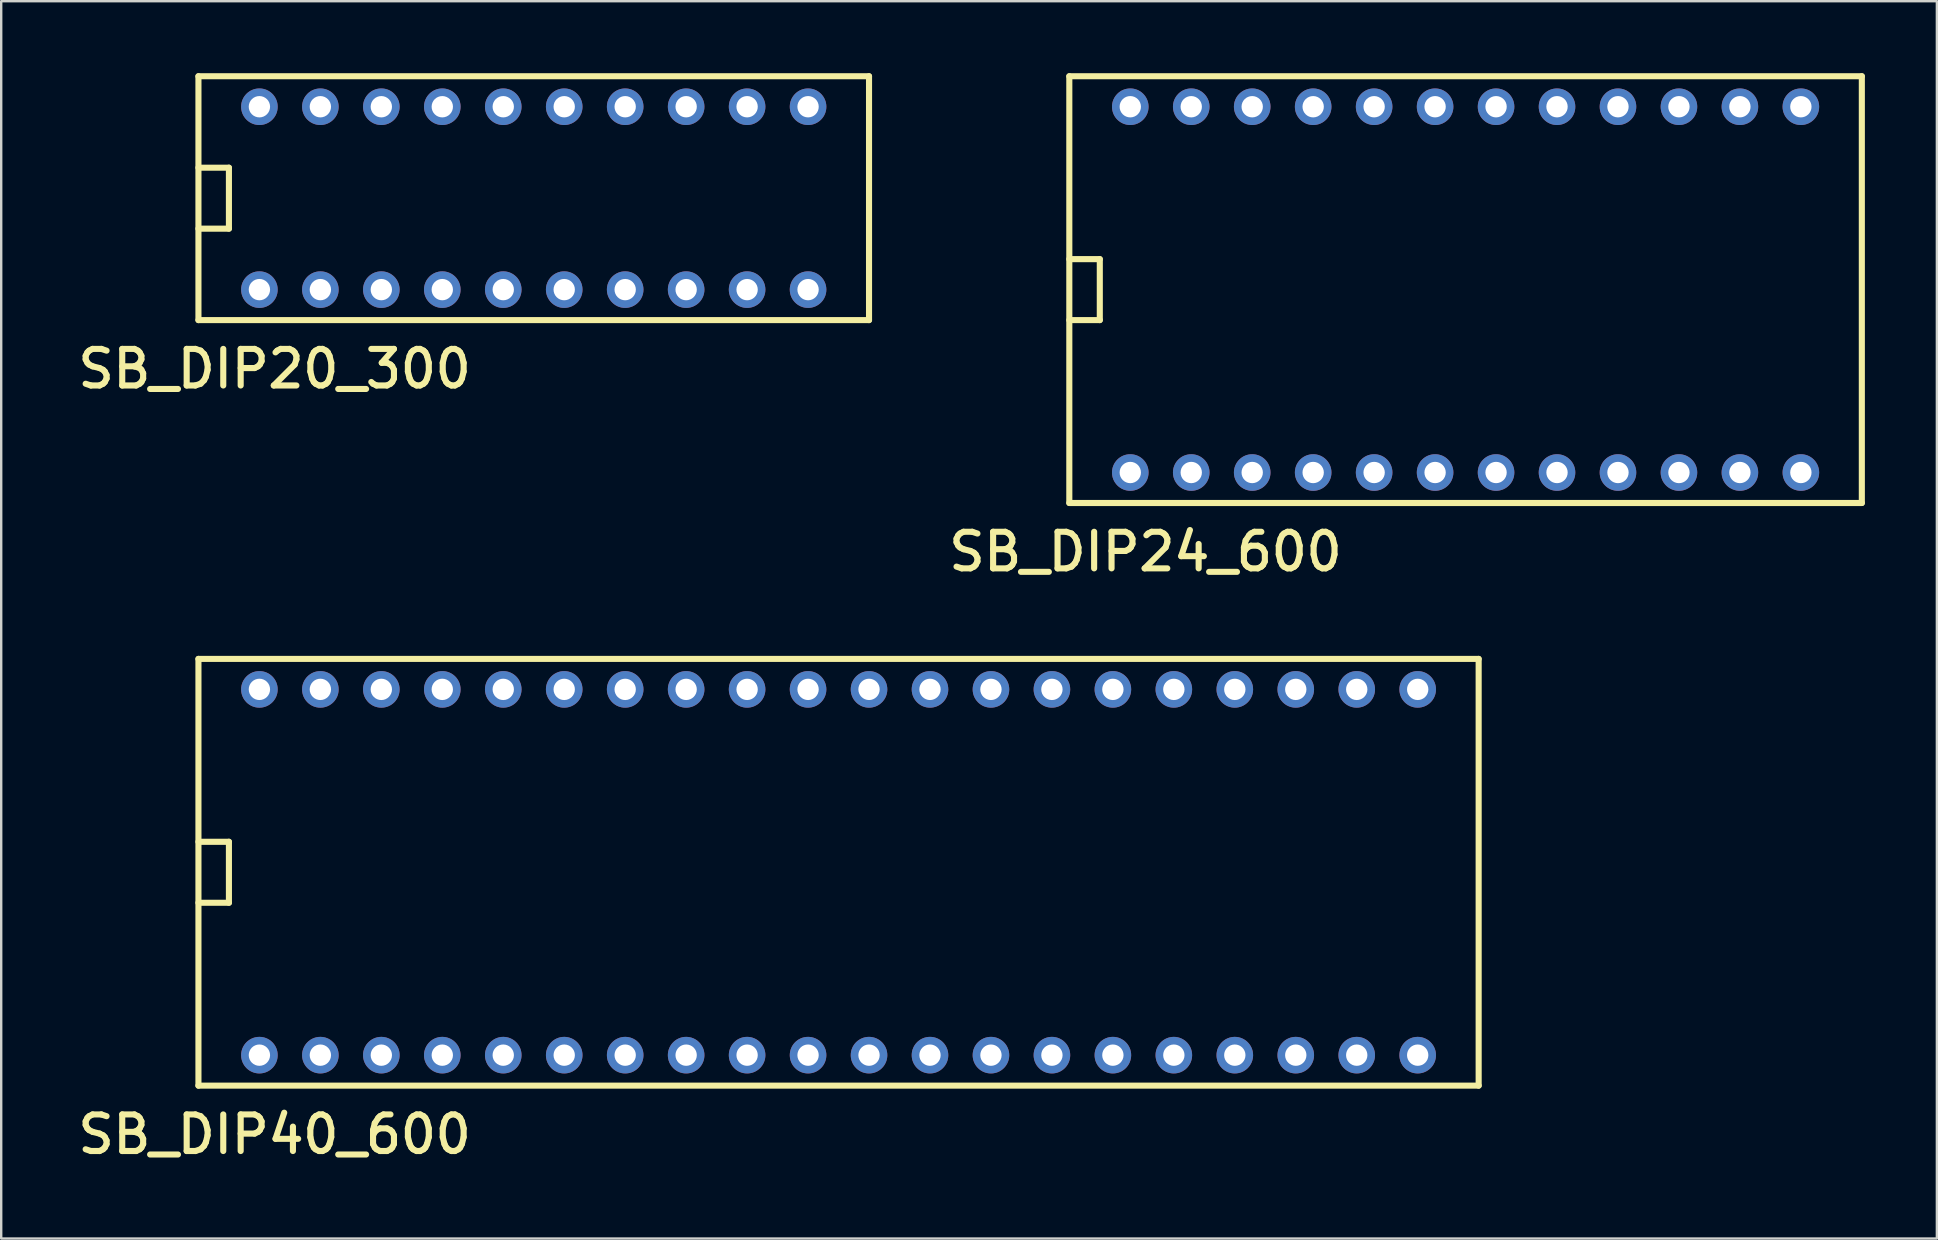
<source format=kicad_pcb>
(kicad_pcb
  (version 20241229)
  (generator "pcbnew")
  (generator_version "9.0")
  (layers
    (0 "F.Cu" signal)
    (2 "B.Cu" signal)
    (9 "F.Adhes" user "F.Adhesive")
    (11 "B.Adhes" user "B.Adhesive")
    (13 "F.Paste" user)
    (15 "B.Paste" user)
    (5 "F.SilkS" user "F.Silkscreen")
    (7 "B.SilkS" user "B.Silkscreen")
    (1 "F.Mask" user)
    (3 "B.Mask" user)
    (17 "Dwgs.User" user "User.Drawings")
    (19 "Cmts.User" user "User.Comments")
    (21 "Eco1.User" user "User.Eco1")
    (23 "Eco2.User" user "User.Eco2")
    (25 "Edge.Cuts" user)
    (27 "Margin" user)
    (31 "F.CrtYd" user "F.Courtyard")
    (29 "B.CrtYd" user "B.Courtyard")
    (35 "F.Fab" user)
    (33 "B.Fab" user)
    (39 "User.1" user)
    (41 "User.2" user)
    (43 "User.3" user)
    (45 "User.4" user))
  (footprint "SB_DIP24_600"
    (layer "F.Cu")
    (at 44.043 16.637)
    (property "Reference" "SB_DIP24_600" (at 0.635 3.302 0) (layer "F.SilkS") (effects (font (size 1.524 1.524) (thickness 0.254))))
    (attr through_hole)
    (fp_line (start -2.54 -16.51) (end -2.54 1.27) (stroke (width 0.254) (type solid)) (layer "F.SilkS"))
    (fp_line (start -2.54 -6.35) (end -1.27 -6.35) (stroke (width 0.254) (type solid)) (layer "F.SilkS"))
    (fp_line (start -2.54 1.27) (end 30.48 1.27) (stroke (width 0.254) (type solid)) (layer "F.SilkS"))
    (fp_line (start -1.27 -8.89) (end -2.54 -8.89) (stroke (width 0.254) (type solid)) (layer "F.SilkS"))
    (fp_line (start -1.27 -6.35) (end -1.27 -8.89) (stroke (width 0.254) (type solid)) (layer "F.SilkS"))
    (fp_line (start 30.48 -16.51) (end -2.54 -16.51) (stroke (width 0.254) (type solid)) (layer "F.SilkS"))
    (fp_line (start 30.48 1.27) (end 30.48 -16.51) (stroke (width 0.254) (type solid)) (layer "F.SilkS"))
    (pad "1" thru_hole circle (at 0 0) (size 1.524 1.524) (drill 0.889) (layers "*.Cu" "*.Mask"))
    (pad "2" thru_hole circle (at 2.54 0) (size 1.524 1.524) (drill 0.889) (layers "*.Cu" "*.Mask"))
    (pad "3" thru_hole circle (at 5.08 0) (size 1.524 1.524) (drill 0.889) (layers "*.Cu" "*.Mask"))
    (pad "4" thru_hole circle (at 7.62 0) (size 1.524 1.524) (drill 0.889) (layers "*.Cu" "*.Mask"))
    (pad "5" thru_hole circle (at 10.16 0) (size 1.524 1.524) (drill 0.889) (layers "*.Cu" "*.Mask"))
    (pad "6" thru_hole circle (at 12.7 0) (size 1.524 1.524) (drill 0.889) (layers "*.Cu" "*.Mask"))
    (pad "7" thru_hole circle (at 15.24 0) (size 1.524 1.524) (drill 0.889) (layers "*.Cu" "*.Mask"))
    (pad "8" thru_hole circle (at 17.78 0) (size 1.524 1.524) (drill 0.889) (layers "*.Cu" "*.Mask"))
    (pad "9" thru_hole circle (at 20.32 0) (size 1.524 1.524) (drill 0.889) (layers "*.Cu" "*.Mask"))
    (pad "10" thru_hole circle (at 22.86 0) (size 1.524 1.524) (drill 0.889) (layers "*.Cu" "*.Mask"))
    (pad "11" thru_hole circle (at 25.4 0) (size 1.524 1.524) (drill 0.889) (layers "*.Cu" "*.Mask"))
    (pad "12" thru_hole circle (at 27.94 0) (size 1.524 1.524) (drill 0.889) (layers "*.Cu" "*.Mask"))
    (pad "13" thru_hole circle (at 27.94 -15.24) (size 1.524 1.524) (drill 0.889) (layers "*.Cu" "*.Mask"))
    (pad "14" thru_hole circle (at 25.4 -15.24) (size 1.524 1.524) (drill 0.889) (layers "*.Cu" "*.Mask"))
    (pad "15" thru_hole circle (at 22.86 -15.24) (size 1.524 1.524) (drill 0.889) (layers "*.Cu" "*.Mask"))
    (pad "16" thru_hole circle (at 20.32 -15.24) (size 1.524 1.524) (drill 0.889) (layers "*.Cu" "*.Mask"))
    (pad "17" thru_hole circle (at 17.78 -15.24) (size 1.524 1.524) (drill 0.889) (layers "*.Cu" "*.Mask"))
    (pad "18" thru_hole circle (at 15.24 -15.24) (size 1.524 1.524) (drill 0.889) (layers "*.Cu" "*.Mask"))
    (pad "19" thru_hole circle (at 12.7 -15.24) (size 1.524 1.524) (drill 0.889) (layers "*.Cu" "*.Mask"))
    (pad "20" thru_hole circle (at 10.16 -15.24) (size 1.524 1.524) (drill 0.889) (layers "*.Cu" "*.Mask"))
    (pad "21" thru_hole circle (at 7.62 -15.24) (size 1.524 1.524) (drill 0.889) (layers "*.Cu" "*.Mask"))
    (pad "22" thru_hole circle (at 5.08 -15.24) (size 1.524 1.524) (drill 0.889) (layers "*.Cu" "*.Mask"))
    (pad "23" thru_hole circle (at 2.54 -15.24) (size 1.524 1.524) (drill 0.889) (layers "*.Cu" "*.Mask"))
    (pad "24" thru_hole circle (at 0 -15.24) (size 1.524 1.524) (drill 0.889) (layers "*.Cu" "*.Mask")))
  (footprint "SB_DIP20_300"
    (layer "F.Cu")
    (at 7.758 9.017)
    (property "Reference" "SB_DIP20_300" (at 0.635 3.302 0) (layer "F.SilkS") (effects (font (size 1.524 1.524) (thickness 0.254))))
    (attr through_hole)
    (fp_line (start -2.54 -8.89) (end -2.54 1.27) (stroke (width 0.254) (type solid)) (layer "F.SilkS"))
    (fp_line (start -2.54 -2.54) (end -1.27 -2.54) (stroke (width 0.254) (type solid)) (layer "F.SilkS"))
    (fp_line (start -2.54 1.27) (end 25.4 1.27) (stroke (width 0.254) (type solid)) (layer "F.SilkS"))
    (fp_line (start -1.27 -5.08) (end -2.54 -5.08) (stroke (width 0.254) (type solid)) (layer "F.SilkS"))
    (fp_line (start -1.27 -2.54) (end -1.27 -5.08) (stroke (width 0.254) (type solid)) (layer "F.SilkS"))
    (fp_line (start 25.4 -8.89) (end -2.54 -8.89) (stroke (width 0.254) (type solid)) (layer "F.SilkS"))
    (fp_line (start 25.4 1.27) (end 25.4 -8.89) (stroke (width 0.254) (type solid)) (layer "F.SilkS"))
    (pad "1" thru_hole circle (at 0 0) (size 1.524 1.524) (drill 0.889) (layers "*.Cu" "*.Mask"))
    (pad "2" thru_hole circle (at 2.54 0) (size 1.524 1.524) (drill 0.889) (layers "*.Cu" "*.Mask"))
    (pad "3" thru_hole circle (at 5.08 0) (size 1.524 1.524) (drill 0.889) (layers "*.Cu" "*.Mask"))
    (pad "4" thru_hole circle (at 7.62 0) (size 1.524 1.524) (drill 0.889) (layers "*.Cu" "*.Mask"))
    (pad "5" thru_hole circle (at 10.16 0) (size 1.524 1.524) (drill 0.889) (layers "*.Cu" "*.Mask"))
    (pad "6" thru_hole circle (at 12.7 0) (size 1.524 1.524) (drill 0.889) (layers "*.Cu" "*.Mask"))
    (pad "7" thru_hole circle (at 15.24 0) (size 1.524 1.524) (drill 0.889) (layers "*.Cu" "*.Mask"))
    (pad "8" thru_hole circle (at 17.78 0) (size 1.524 1.524) (drill 0.889) (layers "*.Cu" "*.Mask"))
    (pad "9" thru_hole circle (at 20.32 0) (size 1.524 1.524) (drill 0.889) (layers "*.Cu" "*.Mask"))
    (pad "10" thru_hole circle (at 22.86 0) (size 1.524 1.524) (drill 0.889) (layers "*.Cu" "*.Mask"))
    (pad "11" thru_hole circle (at 22.86 -7.62) (size 1.524 1.524) (drill 0.889) (layers "*.Cu" "*.Mask"))
    (pad "12" thru_hole circle (at 20.32 -7.62) (size 1.524 1.524) (drill 0.889) (layers "*.Cu" "*.Mask"))
    (pad "13" thru_hole circle (at 17.78 -7.62) (size 1.524 1.524) (drill 0.889) (layers "*.Cu" "*.Mask"))
    (pad "14" thru_hole circle (at 15.24 -7.62) (size 1.524 1.524) (drill 0.889) (layers "*.Cu" "*.Mask"))
    (pad "15" thru_hole circle (at 12.7 -7.62) (size 1.524 1.524) (drill 0.889) (layers "*.Cu" "*.Mask"))
    (pad "16" thru_hole circle (at 10.16 -7.62) (size 1.524 1.524) (drill 0.889) (layers "*.Cu" "*.Mask"))
    (pad "17" thru_hole circle (at 7.62 -7.62) (size 1.524 1.524) (drill 0.889) (layers "*.Cu" "*.Mask"))
    (pad "18" thru_hole circle (at 5.08 -7.62) (size 1.524 1.524) (drill 0.889) (layers "*.Cu" "*.Mask"))
    (pad "19" thru_hole circle (at 2.54 -7.62) (size 1.524 1.524) (drill 0.889) (layers "*.Cu" "*.Mask"))
    (pad "20" thru_hole circle (at 0 -7.62) (size 1.524 1.524) (drill 0.889) (layers "*.Cu" "*.Mask")))
  (footprint "SB_DIP40_600"
    (layer "F.Cu")
    (at 7.758 40.913)
    (property "Reference" "SB_DIP40_600" (at 0.635 3.302 0) (layer "F.SilkS") (effects (font (size 1.524 1.524) (thickness 0.254))))
    (attr through_hole)
    (fp_line (start -2.54 -16.51) (end -2.54 1.27) (stroke (width 0.254) (type solid)) (layer "F.SilkS"))
    (fp_line (start -2.54 -6.35) (end -1.27 -6.35) (stroke (width 0.254) (type solid)) (layer "F.SilkS"))
    (fp_line (start -2.54 1.27) (end 50.8 1.27) (stroke (width 0.254) (type solid)) (layer "F.SilkS"))
    (fp_line (start -1.27 -8.89) (end -2.54 -8.89) (stroke (width 0.254) (type solid)) (layer "F.SilkS"))
    (fp_line (start -1.27 -6.35) (end -1.27 -8.89) (stroke (width 0.254) (type solid)) (layer "F.SilkS"))
    (fp_line (start 50.8 -16.51) (end -2.54 -16.51) (stroke (width 0.254) (type solid)) (layer "F.SilkS"))
    (fp_line (start 50.8 1.27) (end 50.8 -16.51) (stroke (width 0.254) (type solid)) (layer "F.SilkS"))
    (pad "1" thru_hole circle (at 0 0) (size 1.524 1.524) (drill 0.889) (layers "*.Cu" "*.Mask"))
    (pad "2" thru_hole circle (at 2.54 0) (size 1.524 1.524) (drill 0.889) (layers "*.Cu" "*.Mask"))
    (pad "3" thru_hole circle (at 5.08 0) (size 1.524 1.524) (drill 0.889) (layers "*.Cu" "*.Mask"))
    (pad "4" thru_hole circle (at 7.62 0) (size 1.524 1.524) (drill 0.889) (layers "*.Cu" "*.Mask"))
    (pad "5" thru_hole circle (at 10.16 0) (size 1.524 1.524) (drill 0.889) (layers "*.Cu" "*.Mask"))
    (pad "6" thru_hole circle (at 12.7 0) (size 1.524 1.524) (drill 0.889) (layers "*.Cu" "*.Mask"))
    (pad "7" thru_hole circle (at 15.24 0) (size 1.524 1.524) (drill 0.889) (layers "*.Cu" "*.Mask"))
    (pad "8" thru_hole circle (at 17.78 0) (size 1.524 1.524) (drill 0.889) (layers "*.Cu" "*.Mask"))
    (pad "9" thru_hole circle (at 20.32 0) (size 1.524 1.524) (drill 0.889) (layers "*.Cu" "*.Mask"))
    (pad "10" thru_hole circle (at 22.86 0) (size 1.524 1.524) (drill 0.889) (layers "*.Cu" "*.Mask"))
    (pad "11" thru_hole circle (at 25.4 0) (size 1.524 1.524) (drill 0.889) (layers "*.Cu" "*.Mask"))
    (pad "12" thru_hole circle (at 27.94 0) (size 1.524 1.524) (drill 0.889) (layers "*.Cu" "*.Mask"))
    (pad "13" thru_hole circle (at 30.48 0 180) (size 1.524 1.524) (drill 0.889) (layers "*.Cu" "*.Mask"))
    (pad "14" thru_hole circle (at 33.02 0 180) (size 1.524 1.524) (drill 0.889) (layers "*.Cu" "*.Mask"))
    (pad "15" thru_hole circle (at 35.56 0 180) (size 1.524 1.524) (drill 0.889) (layers "*.Cu" "*.Mask"))
    (pad "16" thru_hole circle (at 38.1 0 180) (size 1.524 1.524) (drill 0.889) (layers "*.Cu" "*.Mask"))
    (pad "17" thru_hole circle (at 40.64 0 180) (size 1.524 1.524) (drill 0.889) (layers "*.Cu" "*.Mask"))
    (pad "18" thru_hole circle (at 43.18 0 180) (size 1.524 1.524) (drill 0.889) (layers "*.Cu" "*.Mask"))
    (pad "19" thru_hole circle (at 45.72 0 180) (size 1.524 1.524) (drill 0.889) (layers "*.Cu" "*.Mask"))
    (pad "20" thru_hole circle (at 48.26 0 180) (size 1.524 1.524) (drill 0.889) (layers "*.Cu" "*.Mask"))
    (pad "21" thru_hole circle (at 48.26 -15.24) (size 1.524 1.524) (drill 0.889) (layers "*.Cu" "*.Mask"))
    (pad "22" thru_hole circle (at 45.72 -15.24) (size 1.524 1.524) (drill 0.889) (layers "*.Cu" "*.Mask"))
    (pad "23" thru_hole circle (at 43.18 -15.24) (size 1.524 1.524) (drill 0.889) (layers "*.Cu" "*.Mask"))
    (pad "24" thru_hole circle (at 40.64 -15.24) (size 1.524 1.524) (drill 0.889) (layers "*.Cu" "*.Mask"))
    (pad "25" thru_hole circle (at 38.1 -15.24) (size 1.524 1.524) (drill 0.889) (layers "*.Cu" "*.Mask"))
    (pad "26" thru_hole circle (at 35.56 -15.24) (size 1.524 1.524) (drill 0.889) (layers "*.Cu" "*.Mask"))
    (pad "27" thru_hole circle (at 33.02 -15.24) (size 1.524 1.524) (drill 0.889) (layers "*.Cu" "*.Mask"))
    (pad "28" thru_hole circle (at 30.48 -15.24) (size 1.524 1.524) (drill 0.889) (layers "*.Cu" "*.Mask"))
    (pad "29" thru_hole circle (at 27.94 -15.24) (size 1.524 1.524) (drill 0.889) (layers "*.Cu" "*.Mask"))
    (pad "30" thru_hole circle (at 25.4 -15.24) (size 1.524 1.524) (drill 0.889) (layers "*.Cu" "*.Mask"))
    (pad "31" thru_hole circle (at 22.86 -15.24) (size 1.524 1.524) (drill 0.889) (layers "*.Cu" "*.Mask"))
    (pad "32" thru_hole circle (at 20.32 -15.24) (size 1.524 1.524) (drill 0.889) (layers "*.Cu" "*.Mask"))
    (pad "33" thru_hole circle (at 17.78 -15.24) (size 1.524 1.524) (drill 0.889) (layers "*.Cu" "*.Mask"))
    (pad "34" thru_hole circle (at 15.24 -15.24) (size 1.524 1.524) (drill 0.889) (layers "*.Cu" "*.Mask"))
    (pad "35" thru_hole circle (at 12.7 -15.24) (size 1.524 1.524) (drill 0.889) (layers "*.Cu" "*.Mask"))
    (pad "36" thru_hole circle (at 10.16 -15.24) (size 1.524 1.524) (drill 0.889) (layers "*.Cu" "*.Mask"))
    (pad "37" thru_hole circle (at 7.62 -15.24) (size 1.524 1.524) (drill 0.889) (layers "*.Cu" "*.Mask"))
    (pad "38" thru_hole circle (at 5.08 -15.24) (size 1.524 1.524) (drill 0.889) (layers "*.Cu" "*.Mask"))
    (pad "39" thru_hole circle (at 2.54 -15.24) (size 1.524 1.524) (drill 0.889) (layers "*.Cu" "*.Mask"))
    (pad "40" thru_hole circle (at 0 -15.24) (size 1.524 1.524) (drill 0.889) (layers "*.Cu" "*.Mask")))
  (gr_rect
    (start -3 -3)
    (end 77.65 48.553)
    (stroke (width 0.1) (type default))
    (fill no)
    (layer "Edge.Cuts")))
</source>
